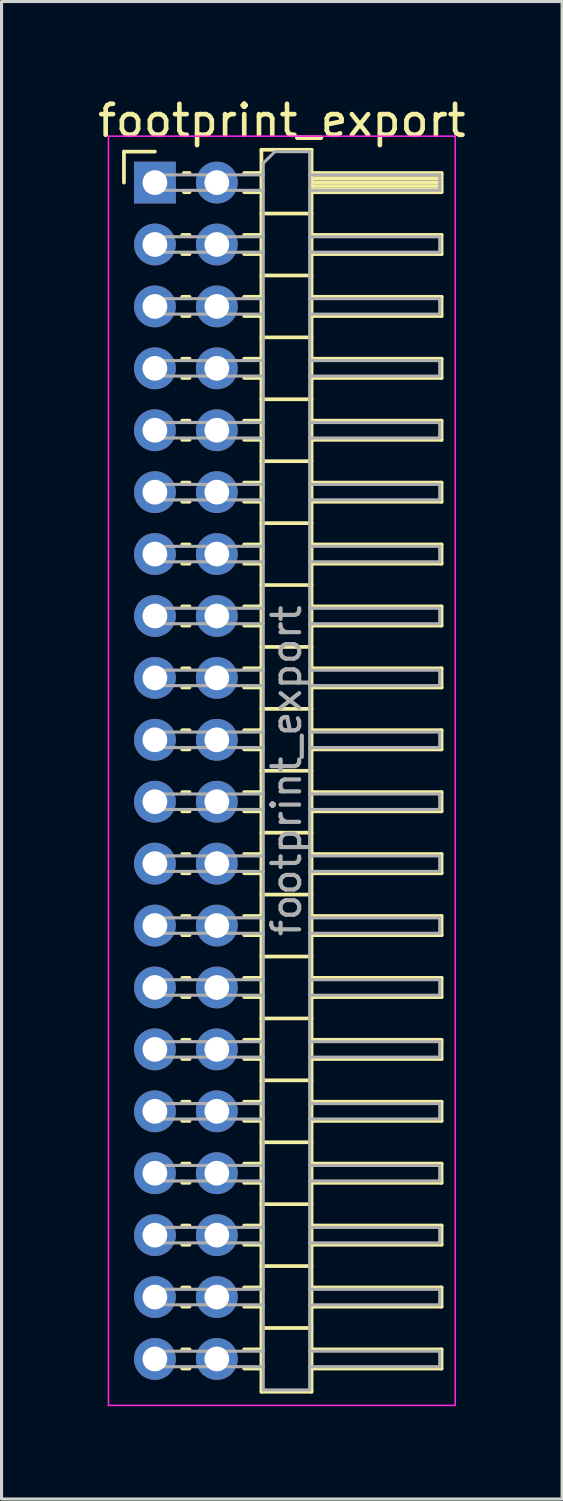
<source format=kicad_pcb>
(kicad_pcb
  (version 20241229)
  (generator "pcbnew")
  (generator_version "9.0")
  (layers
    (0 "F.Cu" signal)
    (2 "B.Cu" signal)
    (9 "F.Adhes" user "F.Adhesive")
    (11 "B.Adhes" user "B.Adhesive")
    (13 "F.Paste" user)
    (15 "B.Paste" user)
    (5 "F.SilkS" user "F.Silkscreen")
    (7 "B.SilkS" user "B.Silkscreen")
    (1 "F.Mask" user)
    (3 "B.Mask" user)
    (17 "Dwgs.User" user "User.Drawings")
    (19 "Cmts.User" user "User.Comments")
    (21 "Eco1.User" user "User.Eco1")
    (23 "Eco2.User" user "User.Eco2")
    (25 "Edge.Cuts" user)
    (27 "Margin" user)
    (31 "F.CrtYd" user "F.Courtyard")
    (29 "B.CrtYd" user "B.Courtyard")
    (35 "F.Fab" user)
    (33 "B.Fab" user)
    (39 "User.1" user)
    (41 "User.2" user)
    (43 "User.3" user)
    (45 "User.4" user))
  (footprint "footprint_export"
    (layer "F.Cu")
    (at 1.954 2.848)
    (property "Reference" "footprint_export" (at 4.1 -2 0) (layer "F.SilkS") (effects (font (size 1 1) (thickness 0.15))))
    (attr through_hole)
    (fp_line (start -1 -1) (end 0 -1) (stroke (width 0.12) (type solid)) (layer "F.SilkS"))
    (fp_line (start -1 0) (end -1 -1) (stroke (width 0.12) (type solid)) (layer "F.SilkS"))
    (fp_line (start 0.882 1.69) (end 1.118 1.69) (stroke (width 0.12) (type solid)) (layer "F.SilkS"))
    (fp_line (start 0.882 2.31) (end 1.118 2.31) (stroke (width 0.12) (type solid)) (layer "F.SilkS"))
    (fp_line (start 0.882 3.69) (end 1.118 3.69) (stroke (width 0.12) (type solid)) (layer "F.SilkS"))
    (fp_line (start 0.882 4.31) (end 1.118 4.31) (stroke (width 0.12) (type solid)) (layer "F.SilkS"))
    (fp_line (start 0.882 5.69) (end 1.118 5.69) (stroke (width 0.12) (type solid)) (layer "F.SilkS"))
    (fp_line (start 0.882 6.31) (end 1.118 6.31) (stroke (width 0.12) (type solid)) (layer "F.SilkS"))
    (fp_line (start 0.882 7.69) (end 1.118 7.69) (stroke (width 0.12) (type solid)) (layer "F.SilkS"))
    (fp_line (start 0.882 8.31) (end 1.118 8.31) (stroke (width 0.12) (type solid)) (layer "F.SilkS"))
    (fp_line (start 0.882 9.69) (end 1.118 9.69) (stroke (width 0.12) (type solid)) (layer "F.SilkS"))
    (fp_line (start 0.882 10.31) (end 1.118 10.31) (stroke (width 0.12) (type solid)) (layer "F.SilkS"))
    (fp_line (start 0.882 11.69) (end 1.118 11.69) (stroke (width 0.12) (type solid)) (layer "F.SilkS"))
    (fp_line (start 0.882 12.31) (end 1.118 12.31) (stroke (width 0.12) (type solid)) (layer "F.SilkS"))
    (fp_line (start 0.882 13.69) (end 1.118 13.69) (stroke (width 0.12) (type solid)) (layer "F.SilkS"))
    (fp_line (start 0.882 14.31) (end 1.118 14.31) (stroke (width 0.12) (type solid)) (layer "F.SilkS"))
    (fp_line (start 0.882 15.69) (end 1.118 15.69) (stroke (width 0.12) (type solid)) (layer "F.SilkS"))
    (fp_line (start 0.882 16.31) (end 1.118 16.31) (stroke (width 0.12) (type solid)) (layer "F.SilkS"))
    (fp_line (start 0.882 17.69) (end 1.118 17.69) (stroke (width 0.12) (type solid)) (layer "F.SilkS"))
    (fp_line (start 0.882 18.31) (end 1.118 18.31) (stroke (width 0.12) (type solid)) (layer "F.SilkS"))
    (fp_line (start 0.882 19.69) (end 1.118 19.69) (stroke (width 0.12) (type solid)) (layer "F.SilkS"))
    (fp_line (start 0.882 20.31) (end 1.118 20.31) (stroke (width 0.12) (type solid)) (layer "F.SilkS"))
    (fp_line (start 0.882 21.69) (end 1.118 21.69) (stroke (width 0.12) (type solid)) (layer "F.SilkS"))
    (fp_line (start 0.882 22.31) (end 1.118 22.31) (stroke (width 0.12) (type solid)) (layer "F.SilkS"))
    (fp_line (start 0.882 23.69) (end 1.118 23.69) (stroke (width 0.12) (type solid)) (layer "F.SilkS"))
    (fp_line (start 0.882 24.31) (end 1.118 24.31) (stroke (width 0.12) (type solid)) (layer "F.SilkS"))
    (fp_line (start 0.882 25.69) (end 1.118 25.69) (stroke (width 0.12) (type solid)) (layer "F.SilkS"))
    (fp_line (start 0.882 26.31) (end 1.118 26.31) (stroke (width 0.12) (type solid)) (layer "F.SilkS"))
    (fp_line (start 0.882 27.69) (end 1.118 27.69) (stroke (width 0.12) (type solid)) (layer "F.SilkS"))
    (fp_line (start 0.882 28.31) (end 1.118 28.31) (stroke (width 0.12) (type solid)) (layer "F.SilkS"))
    (fp_line (start 0.882 29.69) (end 1.118 29.69) (stroke (width 0.12) (type solid)) (layer "F.SilkS"))
    (fp_line (start 0.882 30.31) (end 1.118 30.31) (stroke (width 0.12) (type solid)) (layer "F.SilkS"))
    (fp_line (start 0.882 31.69) (end 1.118 31.69) (stroke (width 0.12) (type solid)) (layer "F.SilkS"))
    (fp_line (start 0.882 32.31) (end 1.118 32.31) (stroke (width 0.12) (type solid)) (layer "F.SilkS"))
    (fp_line (start 0.882 33.69) (end 1.118 33.69) (stroke (width 0.12) (type solid)) (layer "F.SilkS"))
    (fp_line (start 0.882 34.31) (end 1.118 34.31) (stroke (width 0.12) (type solid)) (layer "F.SilkS"))
    (fp_line (start 0.882 35.69) (end 1.118 35.69) (stroke (width 0.12) (type solid)) (layer "F.SilkS"))
    (fp_line (start 0.882 36.31) (end 1.118 36.31) (stroke (width 0.12) (type solid)) (layer "F.SilkS"))
    (fp_line (start 0.882 37.69) (end 1.118 37.69) (stroke (width 0.12) (type solid)) (layer "F.SilkS"))
    (fp_line (start 0.882 38.31) (end 1.118 38.31) (stroke (width 0.12) (type solid)) (layer "F.SilkS"))
    (fp_line (start 0.935 -0.31) (end 1.118 -0.31) (stroke (width 0.12) (type solid)) (layer "F.SilkS"))
    (fp_line (start 0.935 0.31) (end 1.118 0.31) (stroke (width 0.12) (type solid)) (layer "F.SilkS"))
    (fp_line (start 2.882 -0.31) (end 3.44 -0.31) (stroke (width 0.12) (type solid)) (layer "F.SilkS"))
    (fp_line (start 2.882 0.31) (end 3.44 0.31) (stroke (width 0.12) (type solid)) (layer "F.SilkS"))
    (fp_line (start 2.882 1.69) (end 3.44 1.69) (stroke (width 0.12) (type solid)) (layer "F.SilkS"))
    (fp_line (start 2.882 2.31) (end 3.44 2.31) (stroke (width 0.12) (type solid)) (layer "F.SilkS"))
    (fp_line (start 2.882 3.69) (end 3.44 3.69) (stroke (width 0.12) (type solid)) (layer "F.SilkS"))
    (fp_line (start 2.882 4.31) (end 3.44 4.31) (stroke (width 0.12) (type solid)) (layer "F.SilkS"))
    (fp_line (start 2.882 5.69) (end 3.44 5.69) (stroke (width 0.12) (type solid)) (layer "F.SilkS"))
    (fp_line (start 2.882 6.31) (end 3.44 6.31) (stroke (width 0.12) (type solid)) (layer "F.SilkS"))
    (fp_line (start 2.882 7.69) (end 3.44 7.69) (stroke (width 0.12) (type solid)) (layer "F.SilkS"))
    (fp_line (start 2.882 8.31) (end 3.44 8.31) (stroke (width 0.12) (type solid)) (layer "F.SilkS"))
    (fp_line (start 2.882 9.69) (end 3.44 9.69) (stroke (width 0.12) (type solid)) (layer "F.SilkS"))
    (fp_line (start 2.882 10.31) (end 3.44 10.31) (stroke (width 0.12) (type solid)) (layer "F.SilkS"))
    (fp_line (start 2.882 11.69) (end 3.44 11.69) (stroke (width 0.12) (type solid)) (layer "F.SilkS"))
    (fp_line (start 2.882 12.31) (end 3.44 12.31) (stroke (width 0.12) (type solid)) (layer "F.SilkS"))
    (fp_line (start 2.882 13.69) (end 3.44 13.69) (stroke (width 0.12) (type solid)) (layer "F.SilkS"))
    (fp_line (start 2.882 14.31) (end 3.44 14.31) (stroke (width 0.12) (type solid)) (layer "F.SilkS"))
    (fp_line (start 2.882 15.69) (end 3.44 15.69) (stroke (width 0.12) (type solid)) (layer "F.SilkS"))
    (fp_line (start 2.882 16.31) (end 3.44 16.31) (stroke (width 0.12) (type solid)) (layer "F.SilkS"))
    (fp_line (start 2.882 17.69) (end 3.44 17.69) (stroke (width 0.12) (type solid)) (layer "F.SilkS"))
    (fp_line (start 2.882 18.31) (end 3.44 18.31) (stroke (width 0.12) (type solid)) (layer "F.SilkS"))
    (fp_line (start 2.882 19.69) (end 3.44 19.69) (stroke (width 0.12) (type solid)) (layer "F.SilkS"))
    (fp_line (start 2.882 20.31) (end 3.44 20.31) (stroke (width 0.12) (type solid)) (layer "F.SilkS"))
    (fp_line (start 2.882 21.69) (end 3.44 21.69) (stroke (width 0.12) (type solid)) (layer "F.SilkS"))
    (fp_line (start 2.882 22.31) (end 3.44 22.31) (stroke (width 0.12) (type solid)) (layer "F.SilkS"))
    (fp_line (start 2.882 23.69) (end 3.44 23.69) (stroke (width 0.12) (type solid)) (layer "F.SilkS"))
    (fp_line (start 2.882 24.31) (end 3.44 24.31) (stroke (width 0.12) (type solid)) (layer "F.SilkS"))
    (fp_line (start 2.882 25.69) (end 3.44 25.69) (stroke (width 0.12) (type solid)) (layer "F.SilkS"))
    (fp_line (start 2.882 26.31) (end 3.44 26.31) (stroke (width 0.12) (type solid)) (layer "F.SilkS"))
    (fp_line (start 2.882 27.69) (end 3.44 27.69) (stroke (width 0.12) (type solid)) (layer "F.SilkS"))
    (fp_line (start 2.882 28.31) (end 3.44 28.31) (stroke (width 0.12) (type solid)) (layer "F.SilkS"))
    (fp_line (start 2.882 29.69) (end 3.44 29.69) (stroke (width 0.12) (type solid)) (layer "F.SilkS"))
    (fp_line (start 2.882 30.31) (end 3.44 30.31) (stroke (width 0.12) (type solid)) (layer "F.SilkS"))
    (fp_line (start 2.882 31.69) (end 3.44 31.69) (stroke (width 0.12) (type solid)) (layer "F.SilkS"))
    (fp_line (start 2.882 32.31) (end 3.44 32.31) (stroke (width 0.12) (type solid)) (layer "F.SilkS"))
    (fp_line (start 2.882 33.69) (end 3.44 33.69) (stroke (width 0.12) (type solid)) (layer "F.SilkS"))
    (fp_line (start 2.882 34.31) (end 3.44 34.31) (stroke (width 0.12) (type solid)) (layer "F.SilkS"))
    (fp_line (start 2.882 35.69) (end 3.44 35.69) (stroke (width 0.12) (type solid)) (layer "F.SilkS"))
    (fp_line (start 2.882 36.31) (end 3.44 36.31) (stroke (width 0.12) (type solid)) (layer "F.SilkS"))
    (fp_line (start 2.882 37.69) (end 3.44 37.69) (stroke (width 0.12) (type solid)) (layer "F.SilkS"))
    (fp_line (start 2.882 38.31) (end 3.44 38.31) (stroke (width 0.12) (type solid)) (layer "F.SilkS"))
    (fp_line (start 3.44 -1.06) (end 3.44 39.06) (stroke (width 0.12) (type solid)) (layer "F.SilkS"))
    (fp_line (start 3.44 1) (end 5.06 1) (stroke (width 0.12) (type solid)) (layer "F.SilkS"))
    (fp_line (start 3.44 3) (end 5.06 3) (stroke (width 0.12) (type solid)) (layer "F.SilkS"))
    (fp_line (start 3.44 5) (end 5.06 5) (stroke (width 0.12) (type solid)) (layer "F.SilkS"))
    (fp_line (start 3.44 7) (end 5.06 7) (stroke (width 0.12) (type solid)) (layer "F.SilkS"))
    (fp_line (start 3.44 9) (end 5.06 9) (stroke (width 0.12) (type solid)) (layer "F.SilkS"))
    (fp_line (start 3.44 11) (end 5.06 11) (stroke (width 0.12) (type solid)) (layer "F.SilkS"))
    (fp_line (start 3.44 13) (end 5.06 13) (stroke (width 0.12) (type solid)) (layer "F.SilkS"))
    (fp_line (start 3.44 15) (end 5.06 15) (stroke (width 0.12) (type solid)) (layer "F.SilkS"))
    (fp_line (start 3.44 17) (end 5.06 17) (stroke (width 0.12) (type solid)) (layer "F.SilkS"))
    (fp_line (start 3.44 19) (end 5.06 19) (stroke (width 0.12) (type solid)) (layer "F.SilkS"))
    (fp_line (start 3.44 21) (end 5.06 21) (stroke (width 0.12) (type solid)) (layer "F.SilkS"))
    (fp_line (start 3.44 23) (end 5.06 23) (stroke (width 0.12) (type solid)) (layer "F.SilkS"))
    (fp_line (start 3.44 25) (end 5.06 25) (stroke (width 0.12) (type solid)) (layer "F.SilkS"))
    (fp_line (start 3.44 27) (end 5.06 27) (stroke (width 0.12) (type solid)) (layer "F.SilkS"))
    (fp_line (start 3.44 29) (end 5.06 29) (stroke (width 0.12) (type solid)) (layer "F.SilkS"))
    (fp_line (start 3.44 31) (end 5.06 31) (stroke (width 0.12) (type solid)) (layer "F.SilkS"))
    (fp_line (start 3.44 33) (end 5.06 33) (stroke (width 0.12) (type solid)) (layer "F.SilkS"))
    (fp_line (start 3.44 35) (end 5.06 35) (stroke (width 0.12) (type solid)) (layer "F.SilkS"))
    (fp_line (start 3.44 37) (end 5.06 37) (stroke (width 0.12) (type solid)) (layer "F.SilkS"))
    (fp_line (start 3.44 39.06) (end 5.06 39.06) (stroke (width 0.12) (type solid)) (layer "F.SilkS"))
    (fp_line (start 5.06 -1.06) (end 3.44 -1.06) (stroke (width 0.12) (type solid)) (layer "F.SilkS"))
    (fp_line (start 5.06 -0.31) (end 9.26 -0.31) (stroke (width 0.12) (type solid)) (layer "F.SilkS"))
    (fp_line (start 5.06 -0.25) (end 9.26 -0.25) (stroke (width 0.12) (type solid)) (layer "F.SilkS"))
    (fp_line (start 5.06 -0.13) (end 9.26 -0.13) (stroke (width 0.12) (type solid)) (layer "F.SilkS"))
    (fp_line (start 5.06 -0.01) (end 9.26 -0.01) (stroke (width 0.12) (type solid)) (layer "F.SilkS"))
    (fp_line (start 5.06 0.11) (end 9.26 0.11) (stroke (width 0.12) (type solid)) (layer "F.SilkS"))
    (fp_line (start 5.06 0.23) (end 9.26 0.23) (stroke (width 0.12) (type solid)) (layer "F.SilkS"))
    (fp_line (start 5.06 1.69) (end 9.26 1.69) (stroke (width 0.12) (type solid)) (layer "F.SilkS"))
    (fp_line (start 5.06 3.69) (end 9.26 3.69) (stroke (width 0.12) (type solid)) (layer "F.SilkS"))
    (fp_line (start 5.06 5.69) (end 9.26 5.69) (stroke (width 0.12) (type solid)) (layer "F.SilkS"))
    (fp_line (start 5.06 7.69) (end 9.26 7.69) (stroke (width 0.12) (type solid)) (layer "F.SilkS"))
    (fp_line (start 5.06 9.69) (end 9.26 9.69) (stroke (width 0.12) (type solid)) (layer "F.SilkS"))
    (fp_line (start 5.06 11.69) (end 9.26 11.69) (stroke (width 0.12) (type solid)) (layer "F.SilkS"))
    (fp_line (start 5.06 13.69) (end 9.26 13.69) (stroke (width 0.12) (type solid)) (layer "F.SilkS"))
    (fp_line (start 5.06 15.69) (end 9.26 15.69) (stroke (width 0.12) (type solid)) (layer "F.SilkS"))
    (fp_line (start 5.06 17.69) (end 9.26 17.69) (stroke (width 0.12) (type solid)) (layer "F.SilkS"))
    (fp_line (start 5.06 19.69) (end 9.26 19.69) (stroke (width 0.12) (type solid)) (layer "F.SilkS"))
    (fp_line (start 5.06 21.69) (end 9.26 21.69) (stroke (width 0.12) (type solid)) (layer "F.SilkS"))
    (fp_line (start 5.06 23.69) (end 9.26 23.69) (stroke (width 0.12) (type solid)) (layer "F.SilkS"))
    (fp_line (start 5.06 25.69) (end 9.26 25.69) (stroke (width 0.12) (type solid)) (layer "F.SilkS"))
    (fp_line (start 5.06 27.69) (end 9.26 27.69) (stroke (width 0.12) (type solid)) (layer "F.SilkS"))
    (fp_line (start 5.06 29.69) (end 9.26 29.69) (stroke (width 0.12) (type solid)) (layer "F.SilkS"))
    (fp_line (start 5.06 31.69) (end 9.26 31.69) (stroke (width 0.12) (type solid)) (layer "F.SilkS"))
    (fp_line (start 5.06 33.69) (end 9.26 33.69) (stroke (width 0.12) (type solid)) (layer "F.SilkS"))
    (fp_line (start 5.06 35.69) (end 9.26 35.69) (stroke (width 0.12) (type solid)) (layer "F.SilkS"))
    (fp_line (start 5.06 37.69) (end 9.26 37.69) (stroke (width 0.12) (type solid)) (layer "F.SilkS"))
    (fp_line (start 5.06 39.06) (end 5.06 -1.06) (stroke (width 0.12) (type solid)) (layer "F.SilkS"))
    (fp_line (start 9.26 -0.31) (end 9.26 0.31) (stroke (width 0.12) (type solid)) (layer "F.SilkS"))
    (fp_line (start 9.26 0.31) (end 5.06 0.31) (stroke (width 0.12) (type solid)) (layer "F.SilkS"))
    (fp_line (start 9.26 1.69) (end 9.26 2.31) (stroke (width 0.12) (type solid)) (layer "F.SilkS"))
    (fp_line (start 9.26 2.31) (end 5.06 2.31) (stroke (width 0.12) (type solid)) (layer "F.SilkS"))
    (fp_line (start 9.26 3.69) (end 9.26 4.31) (stroke (width 0.12) (type solid)) (layer "F.SilkS"))
    (fp_line (start 9.26 4.31) (end 5.06 4.31) (stroke (width 0.12) (type solid)) (layer "F.SilkS"))
    (fp_line (start 9.26 5.69) (end 9.26 6.31) (stroke (width 0.12) (type solid)) (layer "F.SilkS"))
    (fp_line (start 9.26 6.31) (end 5.06 6.31) (stroke (width 0.12) (type solid)) (layer "F.SilkS"))
    (fp_line (start 9.26 7.69) (end 9.26 8.31) (stroke (width 0.12) (type solid)) (layer "F.SilkS"))
    (fp_line (start 9.26 8.31) (end 5.06 8.31) (stroke (width 0.12) (type solid)) (layer "F.SilkS"))
    (fp_line (start 9.26 9.69) (end 9.26 10.31) (stroke (width 0.12) (type solid)) (layer "F.SilkS"))
    (fp_line (start 9.26 10.31) (end 5.06 10.31) (stroke (width 0.12) (type solid)) (layer "F.SilkS"))
    (fp_line (start 9.26 11.69) (end 9.26 12.31) (stroke (width 0.12) (type solid)) (layer "F.SilkS"))
    (fp_line (start 9.26 12.31) (end 5.06 12.31) (stroke (width 0.12) (type solid)) (layer "F.SilkS"))
    (fp_line (start 9.26 13.69) (end 9.26 14.31) (stroke (width 0.12) (type solid)) (layer "F.SilkS"))
    (fp_line (start 9.26 14.31) (end 5.06 14.31) (stroke (width 0.12) (type solid)) (layer "F.SilkS"))
    (fp_line (start 9.26 15.69) (end 9.26 16.31) (stroke (width 0.12) (type solid)) (layer "F.SilkS"))
    (fp_line (start 9.26 16.31) (end 5.06 16.31) (stroke (width 0.12) (type solid)) (layer "F.SilkS"))
    (fp_line (start 9.26 17.69) (end 9.26 18.31) (stroke (width 0.12) (type solid)) (layer "F.SilkS"))
    (fp_line (start 9.26 18.31) (end 5.06 18.31) (stroke (width 0.12) (type solid)) (layer "F.SilkS"))
    (fp_line (start 9.26 19.69) (end 9.26 20.31) (stroke (width 0.12) (type solid)) (layer "F.SilkS"))
    (fp_line (start 9.26 20.31) (end 5.06 20.31) (stroke (width 0.12) (type solid)) (layer "F.SilkS"))
    (fp_line (start 9.26 21.69) (end 9.26 22.31) (stroke (width 0.12) (type solid)) (layer "F.SilkS"))
    (fp_line (start 9.26 22.31) (end 5.06 22.31) (stroke (width 0.12) (type solid)) (layer "F.SilkS"))
    (fp_line (start 9.26 23.69) (end 9.26 24.31) (stroke (width 0.12) (type solid)) (layer "F.SilkS"))
    (fp_line (start 9.26 24.31) (end 5.06 24.31) (stroke (width 0.12) (type solid)) (layer "F.SilkS"))
    (fp_line (start 9.26 25.69) (end 9.26 26.31) (stroke (width 0.12) (type solid)) (layer "F.SilkS"))
    (fp_line (start 9.26 26.31) (end 5.06 26.31) (stroke (width 0.12) (type solid)) (layer "F.SilkS"))
    (fp_line (start 9.26 27.69) (end 9.26 28.31) (stroke (width 0.12) (type solid)) (layer "F.SilkS"))
    (fp_line (start 9.26 28.31) (end 5.06 28.31) (stroke (width 0.12) (type solid)) (layer "F.SilkS"))
    (fp_line (start 9.26 29.69) (end 9.26 30.31) (stroke (width 0.12) (type solid)) (layer "F.SilkS"))
    (fp_line (start 9.26 30.31) (end 5.06 30.31) (stroke (width 0.12) (type solid)) (layer "F.SilkS"))
    (fp_line (start 9.26 31.69) (end 9.26 32.31) (stroke (width 0.12) (type solid)) (layer "F.SilkS"))
    (fp_line (start 9.26 32.31) (end 5.06 32.31) (stroke (width 0.12) (type solid)) (layer "F.SilkS"))
    (fp_line (start 9.26 33.69) (end 9.26 34.31) (stroke (width 0.12) (type solid)) (layer "F.SilkS"))
    (fp_line (start 9.26 34.31) (end 5.06 34.31) (stroke (width 0.12) (type solid)) (layer "F.SilkS"))
    (fp_line (start 9.26 35.69) (end 9.26 36.31) (stroke (width 0.12) (type solid)) (layer "F.SilkS"))
    (fp_line (start 9.26 36.31) (end 5.06 36.31) (stroke (width 0.12) (type solid)) (layer "F.SilkS"))
    (fp_line (start 9.26 37.69) (end 9.26 38.31) (stroke (width 0.12) (type solid)) (layer "F.SilkS"))
    (fp_line (start 9.26 38.31) (end 5.06 38.31) (stroke (width 0.12) (type solid)) (layer "F.SilkS"))
    (fp_line (start -1.5 -1.5) (end -1.5 39.5) (stroke (width 0.05) (type solid)) (layer "F.CrtYd"))
    (fp_line (start -1.5 39.5) (end 9.7 39.5) (stroke (width 0.05) (type solid)) (layer "F.CrtYd"))
    (fp_line (start 9.7 -1.5) (end -1.5 -1.5) (stroke (width 0.05) (type solid)) (layer "F.CrtYd"))
    (fp_line (start 9.7 39.5) (end 9.7 -1.5) (stroke (width 0.05) (type solid)) (layer "F.CrtYd"))
    (fp_line (start -0.25 -0.25) (end -0.25 0.25) (stroke (width 0.1) (type solid)) (layer "F.Fab"))
    (fp_line (start -0.25 -0.25) (end 3.5 -0.25) (stroke (width 0.1) (type solid)) (layer "F.Fab"))
    (fp_line (start -0.25 0.25) (end 3.5 0.25) (stroke (width 0.1) (type solid)) (layer "F.Fab"))
    (fp_line (start -0.25 1.75) (end -0.25 2.25) (stroke (width 0.1) (type solid)) (layer "F.Fab"))
    (fp_line (start -0.25 1.75) (end 3.5 1.75) (stroke (width 0.1) (type solid)) (layer "F.Fab"))
    (fp_line (start -0.25 2.25) (end 3.5 2.25) (stroke (width 0.1) (type solid)) (layer "F.Fab"))
    (fp_line (start -0.25 3.75) (end -0.25 4.25) (stroke (width 0.1) (type solid)) (layer "F.Fab"))
    (fp_line (start -0.25 3.75) (end 3.5 3.75) (stroke (width 0.1) (type solid)) (layer "F.Fab"))
    (fp_line (start -0.25 4.25) (end 3.5 4.25) (stroke (width 0.1) (type solid)) (layer "F.Fab"))
    (fp_line (start -0.25 5.75) (end -0.25 6.25) (stroke (width 0.1) (type solid)) (layer "F.Fab"))
    (fp_line (start -0.25 5.75) (end 3.5 5.75) (stroke (width 0.1) (type solid)) (layer "F.Fab"))
    (fp_line (start -0.25 6.25) (end 3.5 6.25) (stroke (width 0.1) (type solid)) (layer "F.Fab"))
    (fp_line (start -0.25 7.75) (end -0.25 8.25) (stroke (width 0.1) (type solid)) (layer "F.Fab"))
    (fp_line (start -0.25 7.75) (end 3.5 7.75) (stroke (width 0.1) (type solid)) (layer "F.Fab"))
    (fp_line (start -0.25 8.25) (end 3.5 8.25) (stroke (width 0.1) (type solid)) (layer "F.Fab"))
    (fp_line (start -0.25 9.75) (end -0.25 10.25) (stroke (width 0.1) (type solid)) (layer "F.Fab"))
    (fp_line (start -0.25 9.75) (end 3.5 9.75) (stroke (width 0.1) (type solid)) (layer "F.Fab"))
    (fp_line (start -0.25 10.25) (end 3.5 10.25) (stroke (width 0.1) (type solid)) (layer "F.Fab"))
    (fp_line (start -0.25 11.75) (end -0.25 12.25) (stroke (width 0.1) (type solid)) (layer "F.Fab"))
    (fp_line (start -0.25 11.75) (end 3.5 11.75) (stroke (width 0.1) (type solid)) (layer "F.Fab"))
    (fp_line (start -0.25 12.25) (end 3.5 12.25) (stroke (width 0.1) (type solid)) (layer "F.Fab"))
    (fp_line (start -0.25 13.75) (end -0.25 14.25) (stroke (width 0.1) (type solid)) (layer "F.Fab"))
    (fp_line (start -0.25 13.75) (end 3.5 13.75) (stroke (width 0.1) (type solid)) (layer "F.Fab"))
    (fp_line (start -0.25 14.25) (end 3.5 14.25) (stroke (width 0.1) (type solid)) (layer "F.Fab"))
    (fp_line (start -0.25 15.75) (end -0.25 16.25) (stroke (width 0.1) (type solid)) (layer "F.Fab"))
    (fp_line (start -0.25 15.75) (end 3.5 15.75) (stroke (width 0.1) (type solid)) (layer "F.Fab"))
    (fp_line (start -0.25 16.25) (end 3.5 16.25) (stroke (width 0.1) (type solid)) (layer "F.Fab"))
    (fp_line (start -0.25 17.75) (end -0.25 18.25) (stroke (width 0.1) (type solid)) (layer "F.Fab"))
    (fp_line (start -0.25 17.75) (end 3.5 17.75) (stroke (width 0.1) (type solid)) (layer "F.Fab"))
    (fp_line (start -0.25 18.25) (end 3.5 18.25) (stroke (width 0.1) (type solid)) (layer "F.Fab"))
    (fp_line (start -0.25 19.75) (end -0.25 20.25) (stroke (width 0.1) (type solid)) (layer "F.Fab"))
    (fp_line (start -0.25 19.75) (end 3.5 19.75) (stroke (width 0.1) (type solid)) (layer "F.Fab"))
    (fp_line (start -0.25 20.25) (end 3.5 20.25) (stroke (width 0.1) (type solid)) (layer "F.Fab"))
    (fp_line (start -0.25 21.75) (end -0.25 22.25) (stroke (width 0.1) (type solid)) (layer "F.Fab"))
    (fp_line (start -0.25 21.75) (end 3.5 21.75) (stroke (width 0.1) (type solid)) (layer "F.Fab"))
    (fp_line (start -0.25 22.25) (end 3.5 22.25) (stroke (width 0.1) (type solid)) (layer "F.Fab"))
    (fp_line (start -0.25 23.75) (end -0.25 24.25) (stroke (width 0.1) (type solid)) (layer "F.Fab"))
    (fp_line (start -0.25 23.75) (end 3.5 23.75) (stroke (width 0.1) (type solid)) (layer "F.Fab"))
    (fp_line (start -0.25 24.25) (end 3.5 24.25) (stroke (width 0.1) (type solid)) (layer "F.Fab"))
    (fp_line (start -0.25 25.75) (end -0.25 26.25) (stroke (width 0.1) (type solid)) (layer "F.Fab"))
    (fp_line (start -0.25 25.75) (end 3.5 25.75) (stroke (width 0.1) (type solid)) (layer "F.Fab"))
    (fp_line (start -0.25 26.25) (end 3.5 26.25) (stroke (width 0.1) (type solid)) (layer "F.Fab"))
    (fp_line (start -0.25 27.75) (end -0.25 28.25) (stroke (width 0.1) (type solid)) (layer "F.Fab"))
    (fp_line (start -0.25 27.75) (end 3.5 27.75) (stroke (width 0.1) (type solid)) (layer "F.Fab"))
    (fp_line (start -0.25 28.25) (end 3.5 28.25) (stroke (width 0.1) (type solid)) (layer "F.Fab"))
    (fp_line (start -0.25 29.75) (end -0.25 30.25) (stroke (width 0.1) (type solid)) (layer "F.Fab"))
    (fp_line (start -0.25 29.75) (end 3.5 29.75) (stroke (width 0.1) (type solid)) (layer "F.Fab"))
    (fp_line (start -0.25 30.25) (end 3.5 30.25) (stroke (width 0.1) (type solid)) (layer "F.Fab"))
    (fp_line (start -0.25 31.75) (end -0.25 32.25) (stroke (width 0.1) (type solid)) (layer "F.Fab"))
    (fp_line (start -0.25 31.75) (end 3.5 31.75) (stroke (width 0.1) (type solid)) (layer "F.Fab"))
    (fp_line (start -0.25 32.25) (end 3.5 32.25) (stroke (width 0.1) (type solid)) (layer "F.Fab"))
    (fp_line (start -0.25 33.75) (end -0.25 34.25) (stroke (width 0.1) (type solid)) (layer "F.Fab"))
    (fp_line (start -0.25 33.75) (end 3.5 33.75) (stroke (width 0.1) (type solid)) (layer "F.Fab"))
    (fp_line (start -0.25 34.25) (end 3.5 34.25) (stroke (width 0.1) (type solid)) (layer "F.Fab"))
    (fp_line (start -0.25 35.75) (end -0.25 36.25) (stroke (width 0.1) (type solid)) (layer "F.Fab"))
    (fp_line (start -0.25 35.75) (end 3.5 35.75) (stroke (width 0.1) (type solid)) (layer "F.Fab"))
    (fp_line (start -0.25 36.25) (end 3.5 36.25) (stroke (width 0.1) (type solid)) (layer "F.Fab"))
    (fp_line (start -0.25 37.75) (end -0.25 38.25) (stroke (width 0.1) (type solid)) (layer "F.Fab"))
    (fp_line (start -0.25 37.75) (end 3.5 37.75) (stroke (width 0.1) (type solid)) (layer "F.Fab"))
    (fp_line (start -0.25 38.25) (end 3.5 38.25) (stroke (width 0.1) (type solid)) (layer "F.Fab"))
    (fp_line (start 3.5 -0.625) (end 3.875 -1) (stroke (width 0.1) (type solid)) (layer "F.Fab"))
    (fp_line (start 3.5 39) (end 3.5 -0.625) (stroke (width 0.1) (type solid)) (layer "F.Fab"))
    (fp_line (start 3.875 -1) (end 5 -1) (stroke (width 0.1) (type solid)) (layer "F.Fab"))
    (fp_line (start 5 -1) (end 5 39) (stroke (width 0.1) (type solid)) (layer "F.Fab"))
    (fp_line (start 5 -0.25) (end 9.2 -0.25) (stroke (width 0.1) (type solid)) (layer "F.Fab"))
    (fp_line (start 5 0.25) (end 9.2 0.25) (stroke (width 0.1) (type solid)) (layer "F.Fab"))
    (fp_line (start 5 1.75) (end 9.2 1.75) (stroke (width 0.1) (type solid)) (layer "F.Fab"))
    (fp_line (start 5 2.25) (end 9.2 2.25) (stroke (width 0.1) (type solid)) (layer "F.Fab"))
    (fp_line (start 5 3.75) (end 9.2 3.75) (stroke (width 0.1) (type solid)) (layer "F.Fab"))
    (fp_line (start 5 4.25) (end 9.2 4.25) (stroke (width 0.1) (type solid)) (layer "F.Fab"))
    (fp_line (start 5 5.75) (end 9.2 5.75) (stroke (width 0.1) (type solid)) (layer "F.Fab"))
    (fp_line (start 5 6.25) (end 9.2 6.25) (stroke (width 0.1) (type solid)) (layer "F.Fab"))
    (fp_line (start 5 7.75) (end 9.2 7.75) (stroke (width 0.1) (type solid)) (layer "F.Fab"))
    (fp_line (start 5 8.25) (end 9.2 8.25) (stroke (width 0.1) (type solid)) (layer "F.Fab"))
    (fp_line (start 5 9.75) (end 9.2 9.75) (stroke (width 0.1) (type solid)) (layer "F.Fab"))
    (fp_line (start 5 10.25) (end 9.2 10.25) (stroke (width 0.1) (type solid)) (layer "F.Fab"))
    (fp_line (start 5 11.75) (end 9.2 11.75) (stroke (width 0.1) (type solid)) (layer "F.Fab"))
    (fp_line (start 5 12.25) (end 9.2 12.25) (stroke (width 0.1) (type solid)) (layer "F.Fab"))
    (fp_line (start 5 13.75) (end 9.2 13.75) (stroke (width 0.1) (type solid)) (layer "F.Fab"))
    (fp_line (start 5 14.25) (end 9.2 14.25) (stroke (width 0.1) (type solid)) (layer "F.Fab"))
    (fp_line (start 5 15.75) (end 9.2 15.75) (stroke (width 0.1) (type solid)) (layer "F.Fab"))
    (fp_line (start 5 16.25) (end 9.2 16.25) (stroke (width 0.1) (type solid)) (layer "F.Fab"))
    (fp_line (start 5 17.75) (end 9.2 17.75) (stroke (width 0.1) (type solid)) (layer "F.Fab"))
    (fp_line (start 5 18.25) (end 9.2 18.25) (stroke (width 0.1) (type solid)) (layer "F.Fab"))
    (fp_line (start 5 19.75) (end 9.2 19.75) (stroke (width 0.1) (type solid)) (layer "F.Fab"))
    (fp_line (start 5 20.25) (end 9.2 20.25) (stroke (width 0.1) (type solid)) (layer "F.Fab"))
    (fp_line (start 5 21.75) (end 9.2 21.75) (stroke (width 0.1) (type solid)) (layer "F.Fab"))
    (fp_line (start 5 22.25) (end 9.2 22.25) (stroke (width 0.1) (type solid)) (layer "F.Fab"))
    (fp_line (start 5 23.75) (end 9.2 23.75) (stroke (width 0.1) (type solid)) (layer "F.Fab"))
    (fp_line (start 5 24.25) (end 9.2 24.25) (stroke (width 0.1) (type solid)) (layer "F.Fab"))
    (fp_line (start 5 25.75) (end 9.2 25.75) (stroke (width 0.1) (type solid)) (layer "F.Fab"))
    (fp_line (start 5 26.25) (end 9.2 26.25) (stroke (width 0.1) (type solid)) (layer "F.Fab"))
    (fp_line (start 5 27.75) (end 9.2 27.75) (stroke (width 0.1) (type solid)) (layer "F.Fab"))
    (fp_line (start 5 28.25) (end 9.2 28.25) (stroke (width 0.1) (type solid)) (layer "F.Fab"))
    (fp_line (start 5 29.75) (end 9.2 29.75) (stroke (width 0.1) (type solid)) (layer "F.Fab"))
    (fp_line (start 5 30.25) (end 9.2 30.25) (stroke (width 0.1) (type solid)) (layer "F.Fab"))
    (fp_line (start 5 31.75) (end 9.2 31.75) (stroke (width 0.1) (type solid)) (layer "F.Fab"))
    (fp_line (start 5 32.25) (end 9.2 32.25) (stroke (width 0.1) (type solid)) (layer "F.Fab"))
    (fp_line (start 5 33.75) (end 9.2 33.75) (stroke (width 0.1) (type solid)) (layer "F.Fab"))
    (fp_line (start 5 34.25) (end 9.2 34.25) (stroke (width 0.1) (type solid)) (layer "F.Fab"))
    (fp_line (start 5 35.75) (end 9.2 35.75) (stroke (width 0.1) (type solid)) (layer "F.Fab"))
    (fp_line (start 5 36.25) (end 9.2 36.25) (stroke (width 0.1) (type solid)) (layer "F.Fab"))
    (fp_line (start 5 37.75) (end 9.2 37.75) (stroke (width 0.1) (type solid)) (layer "F.Fab"))
    (fp_line (start 5 38.25) (end 9.2 38.25) (stroke (width 0.1) (type solid)) (layer "F.Fab"))
    (fp_line (start 5 39) (end 3.5 39) (stroke (width 0.1) (type solid)) (layer "F.Fab"))
    (fp_line (start 9.2 -0.25) (end 9.2 0.25) (stroke (width 0.1) (type solid)) (layer "F.Fab"))
    (fp_line (start 9.2 1.75) (end 9.2 2.25) (stroke (width 0.1) (type solid)) (layer "F.Fab"))
    (fp_line (start 9.2 3.75) (end 9.2 4.25) (stroke (width 0.1) (type solid)) (layer "F.Fab"))
    (fp_line (start 9.2 5.75) (end 9.2 6.25) (stroke (width 0.1) (type solid)) (layer "F.Fab"))
    (fp_line (start 9.2 7.75) (end 9.2 8.25) (stroke (width 0.1) (type solid)) (layer "F.Fab"))
    (fp_line (start 9.2 9.75) (end 9.2 10.25) (stroke (width 0.1) (type solid)) (layer "F.Fab"))
    (fp_line (start 9.2 11.75) (end 9.2 12.25) (stroke (width 0.1) (type solid)) (layer "F.Fab"))
    (fp_line (start 9.2 13.75) (end 9.2 14.25) (stroke (width 0.1) (type solid)) (layer "F.Fab"))
    (fp_line (start 9.2 15.75) (end 9.2 16.25) (stroke (width 0.1) (type solid)) (layer "F.Fab"))
    (fp_line (start 9.2 17.75) (end 9.2 18.25) (stroke (width 0.1) (type solid)) (layer "F.Fab"))
    (fp_line (start 9.2 19.75) (end 9.2 20.25) (stroke (width 0.1) (type solid)) (layer "F.Fab"))
    (fp_line (start 9.2 21.75) (end 9.2 22.25) (stroke (width 0.1) (type solid)) (layer "F.Fab"))
    (fp_line (start 9.2 23.75) (end 9.2 24.25) (stroke (width 0.1) (type solid)) (layer "F.Fab"))
    (fp_line (start 9.2 25.75) (end 9.2 26.25) (stroke (width 0.1) (type solid)) (layer "F.Fab"))
    (fp_line (start 9.2 27.75) (end 9.2 28.25) (stroke (width 0.1) (type solid)) (layer "F.Fab"))
    (fp_line (start 9.2 29.75) (end 9.2 30.25) (stroke (width 0.1) (type solid)) (layer "F.Fab"))
    (fp_line (start 9.2 31.75) (end 9.2 32.25) (stroke (width 0.1) (type solid)) (layer "F.Fab"))
    (fp_line (start 9.2 33.75) (end 9.2 34.25) (stroke (width 0.1) (type solid)) (layer "F.Fab"))
    (fp_line (start 9.2 35.75) (end 9.2 36.25) (stroke (width 0.1) (type solid)) (layer "F.Fab"))
    (fp_line (start 9.2 37.75) (end 9.2 38.25) (stroke (width 0.1) (type solid)) (layer "F.Fab"))
    (fp_text user "${REFERENCE}" (at 4.25 19 90) (layer "F.Fab") (effects (font (size 0.9 0.9) (thickness 0.135))))
    (pad "1" thru_hole rect (at 0 0) (size 1.35 1.35) (drill 0.8) (layers "*.Cu" "*.Mask"))
    (pad "2" thru_hole oval (at 2 0) (size 1.35 1.35) (drill 0.8) (layers "*.Cu" "*.Mask"))
    (pad "3" thru_hole oval (at 0 2) (size 1.35 1.35) (drill 0.8) (layers "*.Cu" "*.Mask"))
    (pad "4" thru_hole oval (at 2 2) (size 1.35 1.35) (drill 0.8) (layers "*.Cu" "*.Mask"))
    (pad "5" thru_hole oval (at 0 4) (size 1.35 1.35) (drill 0.8) (layers "*.Cu" "*.Mask"))
    (pad "6" thru_hole oval (at 2 4) (size 1.35 1.35) (drill 0.8) (layers "*.Cu" "*.Mask"))
    (pad "7" thru_hole oval (at 0 6) (size 1.35 1.35) (drill 0.8) (layers "*.Cu" "*.Mask"))
    (pad "8" thru_hole oval (at 2 6) (size 1.35 1.35) (drill 0.8) (layers "*.Cu" "*.Mask"))
    (pad "9" thru_hole oval (at 0 8) (size 1.35 1.35) (drill 0.8) (layers "*.Cu" "*.Mask"))
    (pad "10" thru_hole oval (at 2 8) (size 1.35 1.35) (drill 0.8) (layers "*.Cu" "*.Mask"))
    (pad "11" thru_hole oval (at 0 10) (size 1.35 1.35) (drill 0.8) (layers "*.Cu" "*.Mask"))
    (pad "12" thru_hole oval (at 2 10) (size 1.35 1.35) (drill 0.8) (layers "*.Cu" "*.Mask"))
    (pad "13" thru_hole oval (at 0 12) (size 1.35 1.35) (drill 0.8) (layers "*.Cu" "*.Mask"))
    (pad "14" thru_hole oval (at 2 12) (size 1.35 1.35) (drill 0.8) (layers "*.Cu" "*.Mask"))
    (pad "15" thru_hole oval (at 0 14) (size 1.35 1.35) (drill 0.8) (layers "*.Cu" "*.Mask"))
    (pad "16" thru_hole oval (at 2 14) (size 1.35 1.35) (drill 0.8) (layers "*.Cu" "*.Mask"))
    (pad "17" thru_hole oval (at 0 16) (size 1.35 1.35) (drill 0.8) (layers "*.Cu" "*.Mask"))
    (pad "18" thru_hole oval (at 2 16) (size 1.35 1.35) (drill 0.8) (layers "*.Cu" "*.Mask"))
    (pad "19" thru_hole oval (at 0 18) (size 1.35 1.35) (drill 0.8) (layers "*.Cu" "*.Mask"))
    (pad "20" thru_hole oval (at 2 18) (size 1.35 1.35) (drill 0.8) (layers "*.Cu" "*.Mask"))
    (pad "21" thru_hole oval (at 0 20) (size 1.35 1.35) (drill 0.8) (layers "*.Cu" "*.Mask"))
    (pad "22" thru_hole oval (at 2 20) (size 1.35 1.35) (drill 0.8) (layers "*.Cu" "*.Mask"))
    (pad "23" thru_hole oval (at 0 22) (size 1.35 1.35) (drill 0.8) (layers "*.Cu" "*.Mask"))
    (pad "24" thru_hole oval (at 2 22) (size 1.35 1.35) (drill 0.8) (layers "*.Cu" "*.Mask"))
    (pad "25" thru_hole oval (at 0 24) (size 1.35 1.35) (drill 0.8) (layers "*.Cu" "*.Mask"))
    (pad "26" thru_hole oval (at 2 24) (size 1.35 1.35) (drill 0.8) (layers "*.Cu" "*.Mask"))
    (pad "27" thru_hole oval (at 0 26) (size 1.35 1.35) (drill 0.8) (layers "*.Cu" "*.Mask"))
    (pad "28" thru_hole oval (at 2 26) (size 1.35 1.35) (drill 0.8) (layers "*.Cu" "*.Mask"))
    (pad "29" thru_hole oval (at 0 28) (size 1.35 1.35) (drill 0.8) (layers "*.Cu" "*.Mask"))
    (pad "30" thru_hole oval (at 2 28) (size 1.35 1.35) (drill 0.8) (layers "*.Cu" "*.Mask"))
    (pad "31" thru_hole oval (at 0 30) (size 1.35 1.35) (drill 0.8) (layers "*.Cu" "*.Mask"))
    (pad "32" thru_hole oval (at 2 30) (size 1.35 1.35) (drill 0.8) (layers "*.Cu" "*.Mask"))
    (pad "33" thru_hole oval (at 0 32) (size 1.35 1.35) (drill 0.8) (layers "*.Cu" "*.Mask"))
    (pad "34" thru_hole oval (at 2 32) (size 1.35 1.35) (drill 0.8) (layers "*.Cu" "*.Mask"))
    (pad "35" thru_hole oval (at 0 34) (size 1.35 1.35) (drill 0.8) (layers "*.Cu" "*.Mask"))
    (pad "36" thru_hole oval (at 2 34) (size 1.35 1.35) (drill 0.8) (layers "*.Cu" "*.Mask"))
    (pad "37" thru_hole oval (at 0 36) (size 1.35 1.35) (drill 0.8) (layers "*.Cu" "*.Mask"))
    (pad "38" thru_hole oval (at 2 36) (size 1.35 1.35) (drill 0.8) (layers "*.Cu" "*.Mask"))
    (pad "39" thru_hole oval (at 0 38) (size 1.35 1.35) (drill 0.8) (layers "*.Cu" "*.Mask"))
    (pad "40" thru_hole oval (at 2 38) (size 1.35 1.35) (drill 0.8) (layers "*.Cu" "*.Mask")))
  (gr_rect
    (start -3 -3)
    (end 15.107 45.373)
    (stroke (width 0.1) (type default))
    (fill no)
    (layer "Edge.Cuts")))
</source>
